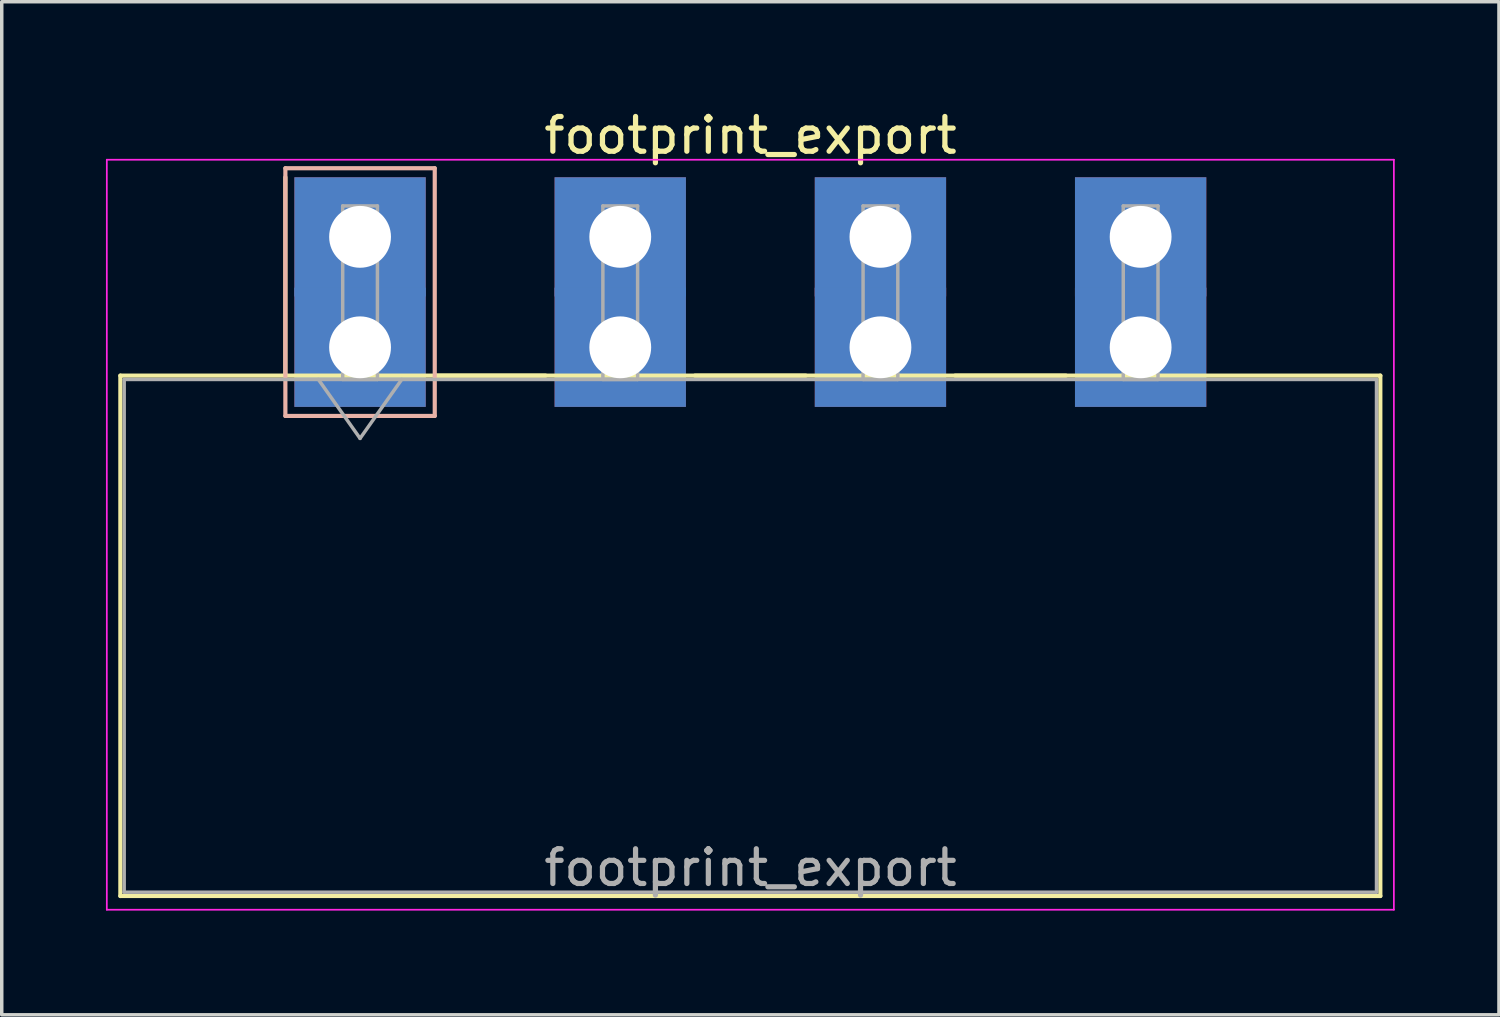
<source format=kicad_pcb>
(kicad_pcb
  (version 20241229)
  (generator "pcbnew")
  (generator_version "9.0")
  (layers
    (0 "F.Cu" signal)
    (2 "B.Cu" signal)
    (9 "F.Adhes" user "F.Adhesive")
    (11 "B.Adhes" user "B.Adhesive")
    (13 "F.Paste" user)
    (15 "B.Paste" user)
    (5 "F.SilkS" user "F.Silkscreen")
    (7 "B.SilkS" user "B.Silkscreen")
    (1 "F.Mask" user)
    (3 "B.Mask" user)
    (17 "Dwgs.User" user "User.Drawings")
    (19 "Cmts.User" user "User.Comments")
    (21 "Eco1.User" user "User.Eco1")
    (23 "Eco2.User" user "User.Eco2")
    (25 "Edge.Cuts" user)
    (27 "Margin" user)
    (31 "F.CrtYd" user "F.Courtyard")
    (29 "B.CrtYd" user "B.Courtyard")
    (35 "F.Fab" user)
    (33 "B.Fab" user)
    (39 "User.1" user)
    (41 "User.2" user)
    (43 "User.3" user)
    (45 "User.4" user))
  (footprint "footprint_export"
    (layer "F.Cu")
    (at 7.315 6.948)
    (property "Reference" "footprint_export" (at 11.24 -6.1 0) (layer "F.SilkS") (effects (font (size 1 1) (thickness 0.15))))
    (attr through_hole)
    (fp_line (start -6.9 0.815) (end -6.9 15.795) (stroke (width 0.12) (type solid)) (layer "F.SilkS"))
    (fp_line (start -6.9 15.795) (end 29.37 15.795) (stroke (width 0.12) (type solid)) (layer "F.SilkS"))
    (fp_line (start -2.15 0.815) (end -2.15 -4.895) (stroke (width 0.12) (type solid)) (layer "F.SilkS"))
    (fp_line (start 2.15 0.815) (end 5.34 0.815) (stroke (width 0.12) (type solid)) (layer "F.SilkS"))
    (fp_line (start 9.64 0.815) (end 12.83 0.815) (stroke (width 0.12) (type solid)) (layer "F.SilkS"))
    (fp_line (start 17.13 0.815) (end 20.32 0.815) (stroke (width 0.12) (type solid)) (layer "F.SilkS"))
    (fp_line (start 29.37 0.815) (end -6.9 0.815) (stroke (width 0.12) (type solid)) (layer "F.SilkS"))
    (fp_line (start 29.37 15.795) (end 29.37 0.815) (stroke (width 0.12) (type solid)) (layer "F.SilkS"))
    (fp_line (start -2.15 -5.155) (end -2.15 1.975) (stroke (width 0.12) (type solid)) (layer "B.SilkS"))
    (fp_line (start -2.15 1.975) (end 2.15 1.975) (stroke (width 0.12) (type solid)) (layer "B.SilkS"))
    (fp_line (start 2.15 -5.155) (end -2.15 -5.155) (stroke (width 0.12) (type solid)) (layer "B.SilkS"))
    (fp_line (start 2.15 1.975) (end 2.15 -5.155) (stroke (width 0.12) (type solid)) (layer "B.SilkS"))
    (fp_line (start -7.29 -5.4) (end -7.29 16.19) (stroke (width 0.05) (type solid)) (layer "F.CrtYd"))
    (fp_line (start -7.29 16.19) (end 29.76 16.19) (stroke (width 0.05) (type solid)) (layer "F.CrtYd"))
    (fp_line (start 29.76 -5.4) (end -7.29 -5.4) (stroke (width 0.05) (type solid)) (layer "F.CrtYd"))
    (fp_line (start 29.76 16.19) (end 29.76 -5.4) (stroke (width 0.05) (type solid)) (layer "F.CrtYd"))
    (fp_line (start -6.79 0.925) (end -6.79 15.685) (stroke (width 0.1) (type solid)) (layer "F.Fab"))
    (fp_line (start -6.79 15.685) (end 29.26 15.685) (stroke (width 0.1) (type solid)) (layer "F.Fab"))
    (fp_line (start -1.2 0.925) (end 0 2.622) (stroke (width 0.1) (type solid)) (layer "F.Fab"))
    (fp_line (start -0.5 -4.07) (end 0.5 -4.07) (stroke (width 0.1) (type solid)) (layer "F.Fab"))
    (fp_line (start -0.5 0.925) (end -0.5 -4.07) (stroke (width 0.1) (type solid)) (layer "F.Fab"))
    (fp_line (start 0 2.622) (end 1.2 0.925) (stroke (width 0.1) (type solid)) (layer "F.Fab"))
    (fp_line (start 0.5 -4.07) (end 0.5 0.925) (stroke (width 0.1) (type solid)) (layer "F.Fab"))
    (fp_line (start 0.5 0.925) (end -0.5 0.925) (stroke (width 0.1) (type solid)) (layer "F.Fab"))
    (fp_line (start 6.99 -4.07) (end 7.99 -4.07) (stroke (width 0.1) (type solid)) (layer "F.Fab"))
    (fp_line (start 6.99 0.925) (end 6.99 -4.07) (stroke (width 0.1) (type solid)) (layer "F.Fab"))
    (fp_line (start 7.99 -4.07) (end 7.99 0.925) (stroke (width 0.1) (type solid)) (layer "F.Fab"))
    (fp_line (start 7.99 0.925) (end 6.99 0.925) (stroke (width 0.1) (type solid)) (layer "F.Fab"))
    (fp_line (start 14.48 -4.07) (end 15.48 -4.07) (stroke (width 0.1) (type solid)) (layer "F.Fab"))
    (fp_line (start 14.48 0.925) (end 14.48 -4.07) (stroke (width 0.1) (type solid)) (layer "F.Fab"))
    (fp_line (start 15.48 -4.07) (end 15.48 0.925) (stroke (width 0.1) (type solid)) (layer "F.Fab"))
    (fp_line (start 15.48 0.925) (end 14.48 0.925) (stroke (width 0.1) (type solid)) (layer "F.Fab"))
    (fp_line (start 21.97 -4.07) (end 22.97 -4.07) (stroke (width 0.1) (type solid)) (layer "F.Fab"))
    (fp_line (start 21.97 0.925) (end 21.97 -4.07) (stroke (width 0.1) (type solid)) (layer "F.Fab"))
    (fp_line (start 22.97 -4.07) (end 22.97 0.925) (stroke (width 0.1) (type solid)) (layer "F.Fab"))
    (fp_line (start 22.97 0.925) (end 21.97 0.925) (stroke (width 0.1) (type solid)) (layer "F.Fab"))
    (fp_line (start 29.26 0.925) (end -6.79 0.925) (stroke (width 0.1) (type solid)) (layer "F.Fab"))
    (fp_line (start 29.26 15.685) (end 29.26 0.925) (stroke (width 0.1) (type solid)) (layer "F.Fab"))
    (fp_text user "${REFERENCE}" (at 11.24 14.98 0) (layer "F.Fab") (effects (font (size 1 1) (thickness 0.15))))
    (pad "1" thru_hole rect (at 0 -3.18) (size 3.78 3.43) (drill 1.78) (layers "*.Cu" "*.Mask"))
    (pad "1" thru_hole rect (at 0 0) (size 3.78 3.43) (drill 1.78) (layers "*.Cu" "*.Mask"))
    (pad "2" thru_hole rect (at 7.49 -3.18) (size 3.78 3.43) (drill 1.78) (layers "*.Cu" "*.Mask"))
    (pad "2" thru_hole rect (at 7.49 0) (size 3.78 3.43) (drill 1.78) (layers "*.Cu" "*.Mask"))
    (pad "3" thru_hole rect (at 14.98 -3.18) (size 3.78 3.43) (drill 1.78) (layers "*.Cu" "*.Mask"))
    (pad "3" thru_hole rect (at 14.98 0) (size 3.78 3.43) (drill 1.78) (layers "*.Cu" "*.Mask"))
    (pad "4" thru_hole rect (at 22.47 -3.18) (size 3.78 3.43) (drill 1.78) (layers "*.Cu" "*.Mask"))
    (pad "4" thru_hole rect (at 22.47 0) (size 3.78 3.43) (drill 1.78) (layers "*.Cu" "*.Mask")))
  (gr_rect
    (start -3 -3)
    (end 40.1 26.163)
    (stroke (width 0.1) (type default))
    (fill no)
    (layer "Edge.Cuts")))
</source>
